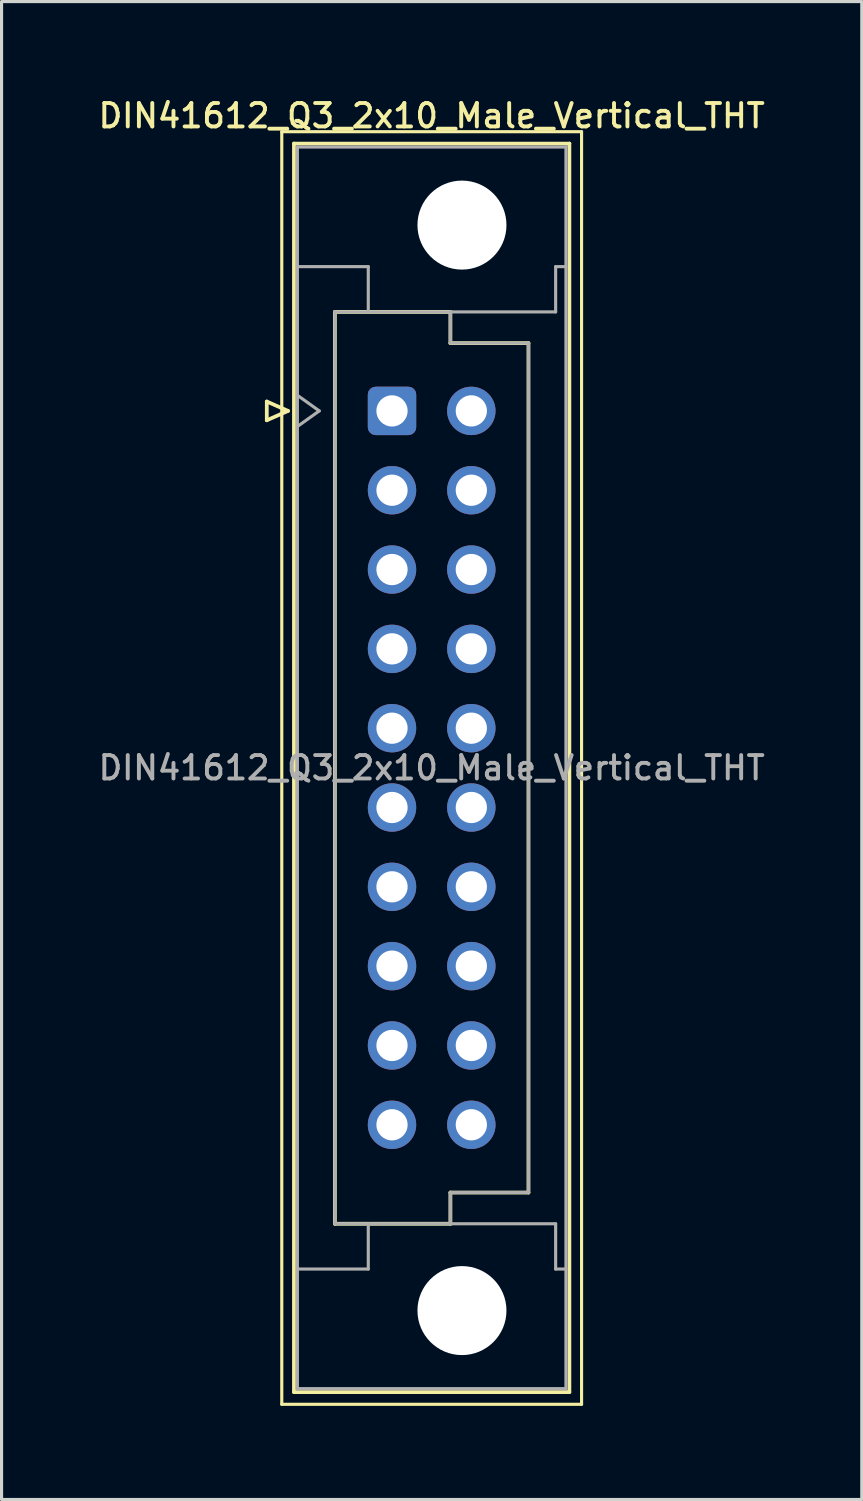
<source format=kicad_pcb>
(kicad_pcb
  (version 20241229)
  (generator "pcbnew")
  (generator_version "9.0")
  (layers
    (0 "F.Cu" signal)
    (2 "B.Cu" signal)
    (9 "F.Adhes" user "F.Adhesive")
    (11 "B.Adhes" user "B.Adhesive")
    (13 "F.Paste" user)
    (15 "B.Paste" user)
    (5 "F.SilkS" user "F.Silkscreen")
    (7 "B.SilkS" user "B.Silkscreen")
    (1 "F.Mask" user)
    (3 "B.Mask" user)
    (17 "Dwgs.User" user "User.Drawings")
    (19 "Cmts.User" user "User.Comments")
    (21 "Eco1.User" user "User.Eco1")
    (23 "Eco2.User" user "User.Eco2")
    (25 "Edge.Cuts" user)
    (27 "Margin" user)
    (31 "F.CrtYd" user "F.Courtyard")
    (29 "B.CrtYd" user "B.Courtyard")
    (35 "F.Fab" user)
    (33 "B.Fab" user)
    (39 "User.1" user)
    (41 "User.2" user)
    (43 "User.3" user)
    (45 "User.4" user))
  (footprint "DIN41612_Q3_2x10_Male_Vertical_THT"
    (layer "F.Cu")
    (at 9.503 10.108)
    (property "Reference" "DIN41612_Q3_2x10_Male_Vertical_THT" (at 1.27 -9.45 0) (layer "F.SilkS") (effects (font (size 0.75 0.75) (thickness 0.125))))
    (attr through_hole)
    (fp_line (start -4.01 -0.3) (end -4.01 0.3) (stroke (width 0.12) (type solid)) (layer "F.SilkS"))
    (fp_line (start -4.01 0.3) (end -3.33 0) (stroke (width 0.12) (type solid)) (layer "F.SilkS"))
    (fp_line (start -3.53 -8.94) (end 6.07 -8.94) (stroke (width 0.1) (type solid)) (layer "F.SilkS"))
    (fp_line (start -3.53 31.81) (end -3.53 -8.94) (stroke (width 0.1) (type solid)) (layer "F.SilkS"))
    (fp_line (start -3.33 0) (end -4.01 -0.3) (stroke (width 0.12) (type solid)) (layer "F.SilkS"))
    (fp_line (start -3.14 -8.56) (end 5.68 -8.56) (stroke (width 0.12) (type solid)) (layer "F.SilkS"))
    (fp_line (start -3.14 31.42) (end -3.14 -8.56) (stroke (width 0.12) (type solid)) (layer "F.SilkS"))
    (fp_line (start -1.83 -3.17) (end 1.87 -3.17) (stroke (width 0.12) (type solid)) (layer "F.SilkS"))
    (fp_line (start -1.83 26.03) (end -1.83 -3.17) (stroke (width 0.12) (type solid)) (layer "F.SilkS"))
    (fp_line (start 1.87 -3.17) (end 1.87 -2.17) (stroke (width 0.12) (type solid)) (layer "F.SilkS"))
    (fp_line (start 1.87 -2.17) (end 4.37 -2.17) (stroke (width 0.12) (type solid)) (layer "F.SilkS"))
    (fp_line (start 1.87 25.03) (end 1.87 26.03) (stroke (width 0.12) (type solid)) (layer "F.SilkS"))
    (fp_line (start 1.87 26.03) (end -1.83 26.03) (stroke (width 0.12) (type solid)) (layer "F.SilkS"))
    (fp_line (start 4.37 -2.17) (end 4.37 25.03) (stroke (width 0.12) (type solid)) (layer "F.SilkS"))
    (fp_line (start 4.37 25.03) (end 1.87 25.03) (stroke (width 0.12) (type solid)) (layer "F.SilkS"))
    (fp_line (start 5.68 -8.56) (end 5.68 31.42) (stroke (width 0.12) (type solid)) (layer "F.SilkS"))
    (fp_line (start 5.68 31.42) (end -3.14 31.42) (stroke (width 0.12) (type solid)) (layer "F.SilkS"))
    (fp_line (start 6.07 -8.94) (end 6.07 31.81) (stroke (width 0.1) (type solid)) (layer "F.SilkS"))
    (fp_line (start 6.07 31.81) (end -3.53 31.81) (stroke (width 0.1) (type solid)) (layer "F.SilkS"))
    (fp_line (start -3.03 -8.45) (end 5.57 -8.45) (stroke (width 0.1) (type solid)) (layer "F.Fab"))
    (fp_line (start -3.03 -4.62) (end -0.76 -4.62) (stroke (width 0.1) (type solid)) (layer "F.Fab"))
    (fp_line (start -3.03 -0.5) (end -2.33 0) (stroke (width 0.1) (type solid)) (layer "F.Fab"))
    (fp_line (start -3.03 27.48) (end -0.76 27.48) (stroke (width 0.1) (type solid)) (layer "F.Fab"))
    (fp_line (start -3.03 31.31) (end -3.03 -8.45) (stroke (width 0.1) (type solid)) (layer "F.Fab"))
    (fp_line (start -2.33 0) (end -3.03 0.5) (stroke (width 0.1) (type solid)) (layer "F.Fab"))
    (fp_line (start -1.83 -3.17) (end 1.87 -3.17) (stroke (width 0.1) (type solid)) (layer "F.Fab"))
    (fp_line (start -1.83 26.03) (end -1.83 -3.17) (stroke (width 0.1) (type solid)) (layer "F.Fab"))
    (fp_line (start -0.76 -4.62) (end -0.76 -3.17) (stroke (width 0.1) (type solid)) (layer "F.Fab"))
    (fp_line (start -0.76 27.48) (end -0.76 26.03) (stroke (width 0.1) (type solid)) (layer "F.Fab"))
    (fp_line (start 1.87 -3.17) (end 1.87 -2.17) (stroke (width 0.1) (type solid)) (layer "F.Fab"))
    (fp_line (start 1.87 -3.17) (end 5.24 -3.17) (stroke (width 0.1) (type solid)) (layer "F.Fab"))
    (fp_line (start 1.87 -2.17) (end 4.37 -2.17) (stroke (width 0.1) (type solid)) (layer "F.Fab"))
    (fp_line (start 1.87 25.03) (end 1.87 26.03) (stroke (width 0.1) (type solid)) (layer "F.Fab"))
    (fp_line (start 1.87 26.03) (end -1.83 26.03) (stroke (width 0.1) (type solid)) (layer "F.Fab"))
    (fp_line (start 1.87 26.03) (end 5.24 26.03) (stroke (width 0.1) (type solid)) (layer "F.Fab"))
    (fp_line (start 4.37 -2.17) (end 4.37 25.03) (stroke (width 0.1) (type solid)) (layer "F.Fab"))
    (fp_line (start 4.37 25.03) (end 1.87 25.03) (stroke (width 0.1) (type solid)) (layer "F.Fab"))
    (fp_line (start 5.24 -4.62) (end 5.57 -4.62) (stroke (width 0.1) (type solid)) (layer "F.Fab"))
    (fp_line (start 5.24 -3.17) (end 5.24 -4.62) (stroke (width 0.1) (type solid)) (layer "F.Fab"))
    (fp_line (start 5.24 26.03) (end 5.24 27.48) (stroke (width 0.1) (type solid)) (layer "F.Fab"))
    (fp_line (start 5.24 27.48) (end 5.57 27.48) (stroke (width 0.1) (type solid)) (layer "F.Fab"))
    (fp_line (start 5.57 -8.45) (end 5.57 31.31) (stroke (width 0.1) (type solid)) (layer "F.Fab"))
    (fp_line (start 5.57 31.31) (end -3.03 31.31) (stroke (width 0.1) (type solid)) (layer "F.Fab"))
    (fp_text user "${REFERENCE}" (at 1.27 11.43 0) (layer "F.Fab") (effects (font (size 0.75 0.75) (thickness 0.125))))
    (pad "" np_thru_hole circle (at 2.24 -5.95) (size 2.85 2.85) (drill 2.85) (layers "*.Cu" "*.Mask"))
    (pad "" np_thru_hole circle (at 2.24 28.81) (size 2.85 2.85) (drill 2.85) (layers "*.Cu" "*.Mask"))
    (pad "a1" thru_hole roundrect (at 0 0) (size 1.55 1.55) (drill 1) (layers "*.Cu" "*.Mask") (roundrect_rratio 0.161))
    (pad "a2" thru_hole circle (at 0 2.54) (size 1.55 1.55) (drill 1) (layers "*.Cu" "*.Mask"))
    (pad "a3" thru_hole circle (at 0 5.08) (size 1.55 1.55) (drill 1) (layers "*.Cu" "*.Mask"))
    (pad "a4" thru_hole circle (at 0 7.62) (size 1.55 1.55) (drill 1) (layers "*.Cu" "*.Mask"))
    (pad "a5" thru_hole circle (at 0 10.16) (size 1.55 1.55) (drill 1) (layers "*.Cu" "*.Mask"))
    (pad "a6" thru_hole circle (at 0 12.7) (size 1.55 1.55) (drill 1) (layers "*.Cu" "*.Mask"))
    (pad "a7" thru_hole circle (at 0 15.24) (size 1.55 1.55) (drill 1) (layers "*.Cu" "*.Mask"))
    (pad "a8" thru_hole circle (at 0 17.78) (size 1.55 1.55) (drill 1) (layers "*.Cu" "*.Mask"))
    (pad "a9" thru_hole circle (at 0 20.32) (size 1.55 1.55) (drill 1) (layers "*.Cu" "*.Mask"))
    (pad "a10" thru_hole circle (at 0 22.86) (size 1.55 1.55) (drill 1) (layers "*.Cu" "*.Mask"))
    (pad "b1" thru_hole circle (at 2.54 0) (size 1.55 1.55) (drill 1) (layers "*.Cu" "*.Mask"))
    (pad "b2" thru_hole circle (at 2.54 2.54) (size 1.55 1.55) (drill 1) (layers "*.Cu" "*.Mask"))
    (pad "b3" thru_hole circle (at 2.54 5.08) (size 1.55 1.55) (drill 1) (layers "*.Cu" "*.Mask"))
    (pad "b4" thru_hole circle (at 2.54 7.62) (size 1.55 1.55) (drill 1) (layers "*.Cu" "*.Mask"))
    (pad "b5" thru_hole circle (at 2.54 10.16) (size 1.55 1.55) (drill 1) (layers "*.Cu" "*.Mask"))
    (pad "b6" thru_hole circle (at 2.54 12.7) (size 1.55 1.55) (drill 1) (layers "*.Cu" "*.Mask"))
    (pad "b7" thru_hole circle (at 2.54 15.24) (size 1.55 1.55) (drill 1) (layers "*.Cu" "*.Mask"))
    (pad "b8" thru_hole circle (at 2.54 17.78) (size 1.55 1.55) (drill 1) (layers "*.Cu" "*.Mask"))
    (pad "b9" thru_hole circle (at 2.54 20.32) (size 1.55 1.55) (drill 1) (layers "*.Cu" "*.Mask"))
    (pad "b10" thru_hole circle (at 2.54 22.86) (size 1.55 1.55) (drill 1) (layers "*.Cu" "*.Mask")))
  (gr_rect
    (start -3 -3)
    (end 24.546 44.968)
    (stroke (width 0.1) (type default))
    (fill no)
    (layer "Edge.Cuts")))
</source>
